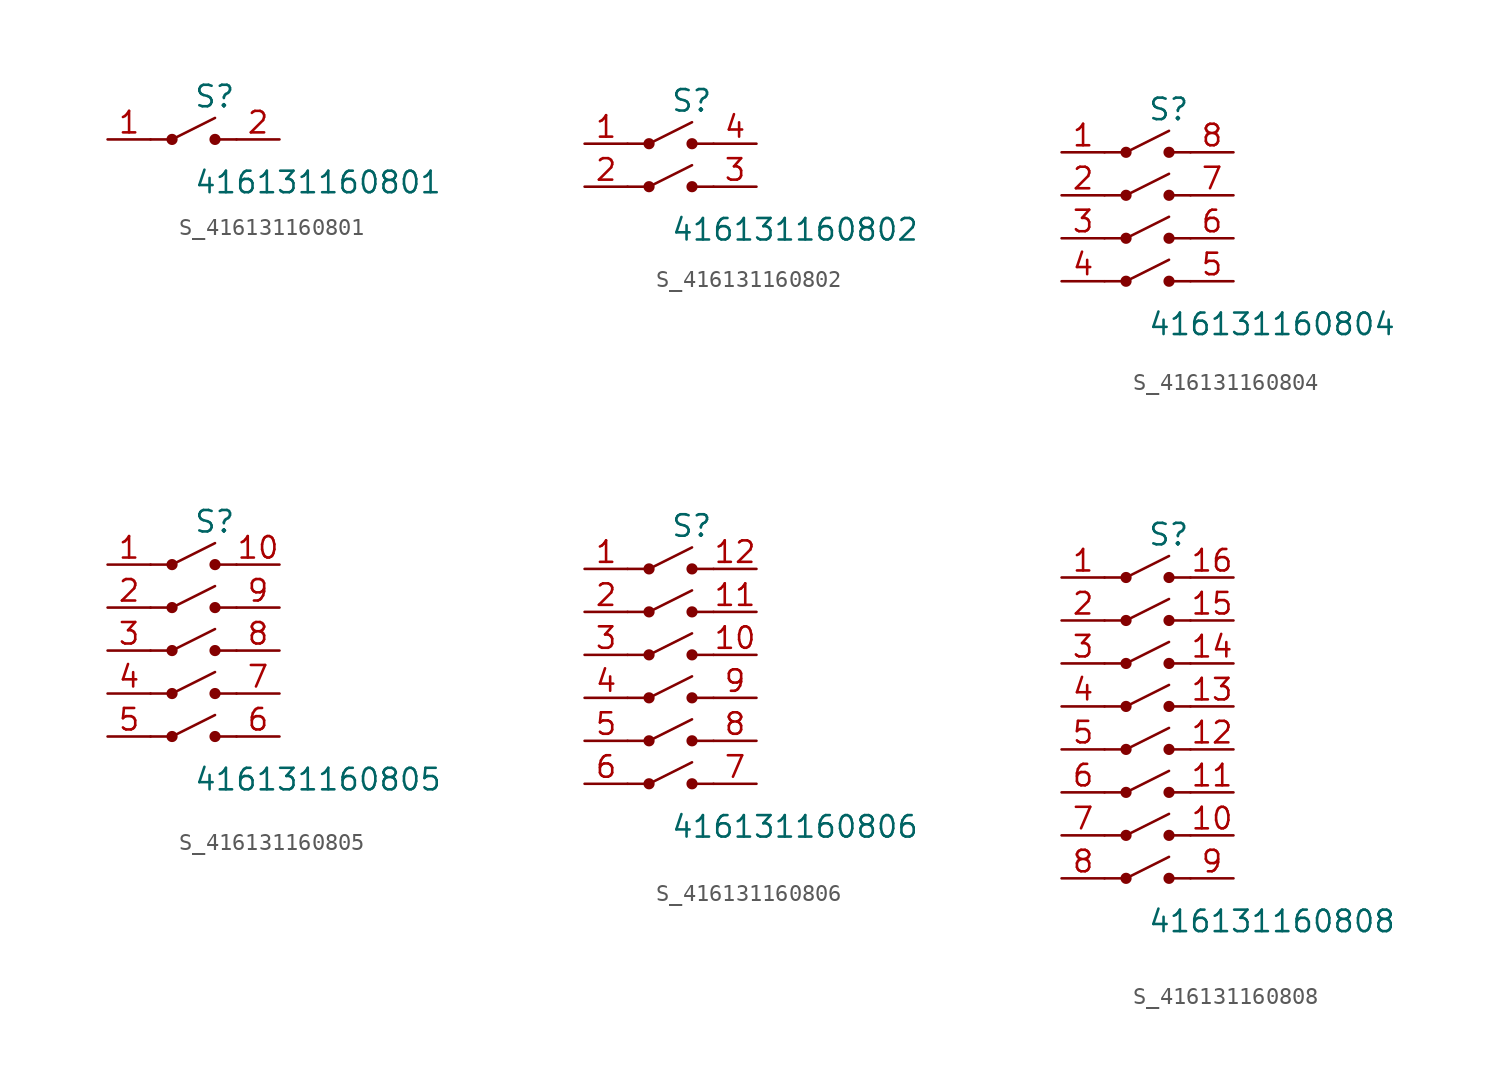
<source format=kicad_sym>
(kicad_symbol_lib
  (version 20231120)
  (generator kicad_symbol_editor)
  (generator_version 8.0)
  (symbol "S_416131160801"
    (pin_names
      (offset 0.254))
    (property "Reference" "S"
      (at 0.0 2.54 0)
      (effects (font (size 1.27 1.27)) (justify left)))
    (property "Value" "416131160801"
      (at 0.0 -2.54 0)
      (effects (font (size 1.27 1.27)) (justify left)))
    (symbol "S_416131160801_0_0"
      (pin unspecified line (at -5.08 0.0 0) (length 2.54) (name "" (effects (font (size 1.27 1.27)))) (number "1" (effects (font (size 1.27 1.27)))))
      (pin unspecified line (at 5.08 0.0 180) (length 2.54) (name "" (effects (font (size 1.27 1.27)))) (number "2" (effects (font (size 1.27 1.27)))))
      (polyline (pts (xy -2.54 0.0) (xy -1.27 0.0) (xy 1.27 1.27)) (stroke (width 0) (type default)) (fill (type none)))
      (circle (center -1.27 0.0) (radius 0.254) (stroke (width 0) (type solid)) (fill (type outline)))
      (circle (center 1.27 0.0) (radius 0.254) (stroke (width 0) (type solid)) (fill (type outline)))
      (polyline (pts (xy 2.54 0.0) (xy 1.27 0.0)) (stroke (width 0) (type default)) (fill (type none))))
    (symbol "S_416131160801_1_0"))
  (symbol "S_416131160802"
    (pin_names
      (offset 0.254))
    (property "Reference" "S"
      (at 0.0 3.81 0)
      (effects (font (size 1.27 1.27)) (justify left)))
    (property "Value" "416131160802"
      (at 0.0 -3.81 0)
      (effects (font (size 1.27 1.27)) (justify left)))
    (symbol "S_416131160802_0_0"
      (pin unspecified line (at -5.08 1.27 0) (length 2.54) (name "" (effects (font (size 1.27 1.27)))) (number "1" (effects (font (size 1.27 1.27)))))
      (pin unspecified line (at -5.08 -1.27 0) (length 2.54) (name "" (effects (font (size 1.27 1.27)))) (number "2" (effects (font (size 1.27 1.27)))))
      (pin unspecified line (at 5.08 1.27 180) (length 2.54) (name "" (effects (font (size 1.27 1.27)))) (number "4" (effects (font (size 1.27 1.27)))))
      (pin unspecified line (at 5.08 -1.27 180) (length 2.54) (name "" (effects (font (size 1.27 1.27)))) (number "3" (effects (font (size 1.27 1.27)))))
      (polyline (pts (xy -2.54 1.27) (xy -1.27 1.27) (xy 1.27 2.54)) (stroke (width 0) (type default)) (fill (type none)))
      (circle (center -1.27 1.27) (radius 0.254) (stroke (width 0) (type solid)) (fill (type outline)))
      (circle (center 1.27 1.27) (radius 0.254) (stroke (width 0) (type solid)) (fill (type outline)))
      (polyline (pts (xy 2.54 1.27) (xy 1.27 1.27)) (stroke (width 0) (type default)) (fill (type none)))
      (polyline (pts (xy -2.54 -1.27) (xy -1.27 -1.27) (xy 1.27 0.0)) (stroke (width 0) (type default)) (fill (type none)))
      (circle (center -1.27 -1.27) (radius 0.254) (stroke (width 0) (type solid)) (fill (type outline)))
      (circle (center 1.27 -1.27) (radius 0.254) (stroke (width 0) (type solid)) (fill (type outline)))
      (polyline (pts (xy 2.54 -1.27) (xy 1.27 -1.27)) (stroke (width 0) (type default)) (fill (type none))))
    (symbol "S_416131160802_1_0"))
  (symbol "S_416131160804"
    (pin_names
      (offset 0.254))
    (property "Reference" "S"
      (at 0.0 6.35 0)
      (effects (font (size 1.27 1.27)) (justify left)))
    (property "Value" "416131160804"
      (at 0.0 -6.35 0)
      (effects (font (size 1.27 1.27)) (justify left)))
    (symbol "S_416131160804_0_0"
      (pin unspecified line (at -5.08 3.81 0) (length 2.54) (name "" (effects (font (size 1.27 1.27)))) (number "1" (effects (font (size 1.27 1.27)))))
      (pin unspecified line (at -5.08 1.27 0) (length 2.54) (name "" (effects (font (size 1.27 1.27)))) (number "2" (effects (font (size 1.27 1.27)))))
      (pin unspecified line (at -5.08 -1.27 0) (length 2.54) (name "" (effects (font (size 1.27 1.27)))) (number "3" (effects (font (size 1.27 1.27)))))
      (pin unspecified line (at -5.08 -3.81 0) (length 2.54) (name "" (effects (font (size 1.27 1.27)))) (number "4" (effects (font (size 1.27 1.27)))))
      (pin unspecified line (at 5.08 3.81 180) (length 2.54) (name "" (effects (font (size 1.27 1.27)))) (number "8" (effects (font (size 1.27 1.27)))))
      (pin unspecified line (at 5.08 1.27 180) (length 2.54) (name "" (effects (font (size 1.27 1.27)))) (number "7" (effects (font (size 1.27 1.27)))))
      (pin unspecified line (at 5.08 -1.27 180) (length 2.54) (name "" (effects (font (size 1.27 1.27)))) (number "6" (effects (font (size 1.27 1.27)))))
      (pin unspecified line (at 5.08 -3.81 180) (length 2.54) (name "" (effects (font (size 1.27 1.27)))) (number "5" (effects (font (size 1.27 1.27)))))
      (polyline (pts (xy -2.54 3.81) (xy -1.27 3.81) (xy 1.27 5.08)) (stroke (width 0) (type default)) (fill (type none)))
      (circle (center -1.27 3.81) (radius 0.254) (stroke (width 0) (type solid)) (fill (type outline)))
      (circle (center 1.27 3.81) (radius 0.254) (stroke (width 0) (type solid)) (fill (type outline)))
      (polyline (pts (xy 2.54 3.81) (xy 1.27 3.81)) (stroke (width 0) (type default)) (fill (type none)))
      (polyline (pts (xy -2.54 1.27) (xy -1.27 1.27) (xy 1.27 2.54)) (stroke (width 0) (type default)) (fill (type none)))
      (circle (center -1.27 1.27) (radius 0.254) (stroke (width 0) (type solid)) (fill (type outline)))
      (circle (center 1.27 1.27) (radius 0.254) (stroke (width 0) (type solid)) (fill (type outline)))
      (polyline (pts (xy 2.54 1.27) (xy 1.27 1.27)) (stroke (width 0) (type default)) (fill (type none)))
      (polyline (pts (xy -2.54 -1.27) (xy -1.27 -1.27) (xy 1.27 0.0)) (stroke (width 0) (type default)) (fill (type none)))
      (circle (center -1.27 -1.27) (radius 0.254) (stroke (width 0) (type solid)) (fill (type outline)))
      (circle (center 1.27 -1.27) (radius 0.254) (stroke (width 0) (type solid)) (fill (type outline)))
      (polyline (pts (xy 2.54 -1.27) (xy 1.27 -1.27)) (stroke (width 0) (type default)) (fill (type none)))
      (polyline (pts (xy -2.54 -3.81) (xy -1.27 -3.81) (xy 1.27 -2.54)) (stroke (width 0) (type default)) (fill (type none)))
      (circle (center -1.27 -3.81) (radius 0.254) (stroke (width 0) (type solid)) (fill (type outline)))
      (circle (center 1.27 -3.81) (radius 0.254) (stroke (width 0) (type solid)) (fill (type outline)))
      (polyline (pts (xy 2.54 -3.81) (xy 1.27 -3.81)) (stroke (width 0) (type default)) (fill (type none))))
    (symbol "S_416131160804_1_0"))
  (symbol "S_416131160805"
    (pin_names
      (offset 0.254))
    (property "Reference" "S"
      (at 0.0 7.62 0)
      (effects (font (size 1.27 1.27)) (justify left)))
    (property "Value" "416131160805"
      (at 0.0 -7.62 0)
      (effects (font (size 1.27 1.27)) (justify left)))
    (symbol "S_416131160805_0_0"
      (pin unspecified line (at -5.08 5.08 0) (length 2.54) (name "" (effects (font (size 1.27 1.27)))) (number "1" (effects (font (size 1.27 1.27)))))
      (pin unspecified line (at -5.08 2.54 0) (length 2.54) (name "" (effects (font (size 1.27 1.27)))) (number "2" (effects (font (size 1.27 1.27)))))
      (pin unspecified line (at -5.08 0.0 0) (length 2.54) (name "" (effects (font (size 1.27 1.27)))) (number "3" (effects (font (size 1.27 1.27)))))
      (pin unspecified line (at -5.08 -2.54 0) (length 2.54) (name "" (effects (font (size 1.27 1.27)))) (number "4" (effects (font (size 1.27 1.27)))))
      (pin unspecified line (at -5.08 -5.08 0) (length 2.54) (name "" (effects (font (size 1.27 1.27)))) (number "5" (effects (font (size 1.27 1.27)))))
      (pin unspecified line (at 5.08 5.08 180) (length 2.54) (name "" (effects (font (size 1.27 1.27)))) (number "10" (effects (font (size 1.27 1.27)))))
      (pin unspecified line (at 5.08 2.54 180) (length 2.54) (name "" (effects (font (size 1.27 1.27)))) (number "9" (effects (font (size 1.27 1.27)))))
      (pin unspecified line (at 5.08 0.0 180) (length 2.54) (name "" (effects (font (size 1.27 1.27)))) (number "8" (effects (font (size 1.27 1.27)))))
      (pin unspecified line (at 5.08 -2.54 180) (length 2.54) (name "" (effects (font (size 1.27 1.27)))) (number "7" (effects (font (size 1.27 1.27)))))
      (pin unspecified line (at 5.08 -5.08 180) (length 2.54) (name "" (effects (font (size 1.27 1.27)))) (number "6" (effects (font (size 1.27 1.27)))))
      (polyline (pts (xy -2.54 5.08) (xy -1.27 5.08) (xy 1.27 6.35)) (stroke (width 0) (type default)) (fill (type none)))
      (circle (center -1.27 5.08) (radius 0.254) (stroke (width 0) (type solid)) (fill (type outline)))
      (circle (center 1.27 5.08) (radius 0.254) (stroke (width 0) (type solid)) (fill (type outline)))
      (polyline (pts (xy 2.54 5.08) (xy 1.27 5.08)) (stroke (width 0) (type default)) (fill (type none)))
      (polyline (pts (xy -2.54 2.54) (xy -1.27 2.54) (xy 1.27 3.81)) (stroke (width 0) (type default)) (fill (type none)))
      (circle (center -1.27 2.54) (radius 0.254) (stroke (width 0) (type solid)) (fill (type outline)))
      (circle (center 1.27 2.54) (radius 0.254) (stroke (width 0) (type solid)) (fill (type outline)))
      (polyline (pts (xy 2.54 2.54) (xy 1.27 2.54)) (stroke (width 0) (type default)) (fill (type none)))
      (polyline (pts (xy -2.54 0.0) (xy -1.27 0.0) (xy 1.27 1.27)) (stroke (width 0) (type default)) (fill (type none)))
      (circle (center -1.27 0.0) (radius 0.254) (stroke (width 0) (type solid)) (fill (type outline)))
      (circle (center 1.27 0.0) (radius 0.254) (stroke (width 0) (type solid)) (fill (type outline)))
      (polyline (pts (xy 2.54 0.0) (xy 1.27 0.0)) (stroke (width 0) (type default)) (fill (type none)))
      (polyline (pts (xy -2.54 -2.54) (xy -1.27 -2.54) (xy 1.27 -1.27)) (stroke (width 0) (type default)) (fill (type none)))
      (circle (center -1.27 -2.54) (radius 0.254) (stroke (width 0) (type solid)) (fill (type outline)))
      (circle (center 1.27 -2.54) (radius 0.254) (stroke (width 0) (type solid)) (fill (type outline)))
      (polyline (pts (xy 2.54 -2.54) (xy 1.27 -2.54)) (stroke (width 0) (type default)) (fill (type none)))
      (polyline (pts (xy -2.54 -5.08) (xy -1.27 -5.08) (xy 1.27 -3.81)) (stroke (width 0) (type default)) (fill (type none)))
      (circle (center -1.27 -5.08) (radius 0.254) (stroke (width 0) (type solid)) (fill (type outline)))
      (circle (center 1.27 -5.08) (radius 0.254) (stroke (width 0) (type solid)) (fill (type outline)))
      (polyline (pts (xy 2.54 -5.08) (xy 1.27 -5.08)) (stroke (width 0) (type default)) (fill (type none))))
    (symbol "S_416131160805_1_0"))
  (symbol "S_416131160806"
    (pin_names
      (offset 0.254))
    (property "Reference" "S"
      (at 0.0 8.89 0)
      (effects (font (size 1.27 1.27)) (justify left)))
    (property "Value" "416131160806"
      (at 0.0 -8.89 0)
      (effects (font (size 1.27 1.27)) (justify left)))
    (symbol "S_416131160806_0_0"
      (pin unspecified line (at -5.08 6.35 0) (length 2.54) (name "" (effects (font (size 1.27 1.27)))) (number "1" (effects (font (size 1.27 1.27)))))
      (pin unspecified line (at -5.08 3.81 0) (length 2.54) (name "" (effects (font (size 1.27 1.27)))) (number "2" (effects (font (size 1.27 1.27)))))
      (pin unspecified line (at -5.08 1.27 0) (length 2.54) (name "" (effects (font (size 1.27 1.27)))) (number "3" (effects (font (size 1.27 1.27)))))
      (pin unspecified line (at -5.08 -1.27 0) (length 2.54) (name "" (effects (font (size 1.27 1.27)))) (number "4" (effects (font (size 1.27 1.27)))))
      (pin unspecified line (at -5.08 -3.81 0) (length 2.54) (name "" (effects (font (size 1.27 1.27)))) (number "5" (effects (font (size 1.27 1.27)))))
      (pin unspecified line (at -5.08 -6.35 0) (length 2.54) (name "" (effects (font (size 1.27 1.27)))) (number "6" (effects (font (size 1.27 1.27)))))
      (pin unspecified line (at 5.08 6.35 180) (length 2.54) (name "" (effects (font (size 1.27 1.27)))) (number "12" (effects (font (size 1.27 1.27)))))
      (pin unspecified line (at 5.08 3.81 180) (length 2.54) (name "" (effects (font (size 1.27 1.27)))) (number "11" (effects (font (size 1.27 1.27)))))
      (pin unspecified line (at 5.08 1.27 180) (length 2.54) (name "" (effects (font (size 1.27 1.27)))) (number "10" (effects (font (size 1.27 1.27)))))
      (pin unspecified line (at 5.08 -1.27 180) (length 2.54) (name "" (effects (font (size 1.27 1.27)))) (number "9" (effects (font (size 1.27 1.27)))))
      (pin unspecified line (at 5.08 -3.81 180) (length 2.54) (name "" (effects (font (size 1.27 1.27)))) (number "8" (effects (font (size 1.27 1.27)))))
      (pin unspecified line (at 5.08 -6.35 180) (length 2.54) (name "" (effects (font (size 1.27 1.27)))) (number "7" (effects (font (size 1.27 1.27)))))
      (polyline (pts (xy -2.54 6.35) (xy -1.27 6.35) (xy 1.27 7.62)) (stroke (width 0) (type default)) (fill (type none)))
      (circle (center -1.27 6.35) (radius 0.254) (stroke (width 0) (type solid)) (fill (type outline)))
      (circle (center 1.27 6.35) (radius 0.254) (stroke (width 0) (type solid)) (fill (type outline)))
      (polyline (pts (xy 2.54 6.35) (xy 1.27 6.35)) (stroke (width 0) (type default)) (fill (type none)))
      (polyline (pts (xy -2.54 3.81) (xy -1.27 3.81) (xy 1.27 5.08)) (stroke (width 0) (type default)) (fill (type none)))
      (circle (center -1.27 3.81) (radius 0.254) (stroke (width 0) (type solid)) (fill (type outline)))
      (circle (center 1.27 3.81) (radius 0.254) (stroke (width 0) (type solid)) (fill (type outline)))
      (polyline (pts (xy 2.54 3.81) (xy 1.27 3.81)) (stroke (width 0) (type default)) (fill (type none)))
      (polyline (pts (xy -2.54 1.27) (xy -1.27 1.27) (xy 1.27 2.54)) (stroke (width 0) (type default)) (fill (type none)))
      (circle (center -1.27 1.27) (radius 0.254) (stroke (width 0) (type solid)) (fill (type outline)))
      (circle (center 1.27 1.27) (radius 0.254) (stroke (width 0) (type solid)) (fill (type outline)))
      (polyline (pts (xy 2.54 1.27) (xy 1.27 1.27)) (stroke (width 0) (type default)) (fill (type none)))
      (polyline (pts (xy -2.54 -1.27) (xy -1.27 -1.27) (xy 1.27 -4.440892098500626e-16)) (stroke (width 0) (type default)) (fill (type none)))
      (circle (center -1.27 -1.27) (radius 0.254) (stroke (width 0) (type solid)) (fill (type outline)))
      (circle (center 1.27 -1.27) (radius 0.254) (stroke (width 0) (type solid)) (fill (type outline)))
      (polyline (pts (xy 2.54 -1.27) (xy 1.27 -1.27)) (stroke (width 0) (type default)) (fill (type none)))
      (polyline (pts (xy -2.54 -3.81) (xy -1.27 -3.81) (xy 1.27 -2.54)) (stroke (width 0) (type default)) (fill (type none)))
      (circle (center -1.27 -3.81) (radius 0.254) (stroke (width 0) (type solid)) (fill (type outline)))
      (circle (center 1.27 -3.81) (radius 0.254) (stroke (width 0) (type solid)) (fill (type outline)))
      (polyline (pts (xy 2.54 -3.81) (xy 1.27 -3.81)) (stroke (width 0) (type default)) (fill (type none)))
      (polyline (pts (xy -2.54 -6.35) (xy -1.27 -6.35) (xy 1.27 -5.08)) (stroke (width 0) (type default)) (fill (type none)))
      (circle (center -1.27 -6.35) (radius 0.254) (stroke (width 0) (type solid)) (fill (type outline)))
      (circle (center 1.27 -6.35) (radius 0.254) (stroke (width 0) (type solid)) (fill (type outline)))
      (polyline (pts (xy 2.54 -6.35) (xy 1.27 -6.35)) (stroke (width 0) (type default)) (fill (type none))))
    (symbol "S_416131160806_1_0"))
  (symbol "S_416131160808"
    (pin_names
      (offset 0.254))
    (property "Reference" "S"
      (at 0.0 11.43 0)
      (effects (font (size 1.27 1.27)) (justify left)))
    (property "Value" "416131160808"
      (at 0.0 -11.43 0)
      (effects (font (size 1.27 1.27)) (justify left)))
    (symbol "S_416131160808_0_0"
      (pin unspecified line (at -5.08 8.89 0) (length 2.54) (name "" (effects (font (size 1.27 1.27)))) (number "1" (effects (font (size 1.27 1.27)))))
      (pin unspecified line (at -5.08 6.35 0) (length 2.54) (name "" (effects (font (size 1.27 1.27)))) (number "2" (effects (font (size 1.27 1.27)))))
      (pin unspecified line (at -5.08 3.81 0) (length 2.54) (name "" (effects (font (size 1.27 1.27)))) (number "3" (effects (font (size 1.27 1.27)))))
      (pin unspecified line (at -5.08 1.27 0) (length 2.54) (name "" (effects (font (size 1.27 1.27)))) (number "4" (effects (font (size 1.27 1.27)))))
      (pin unspecified line (at -5.08 -1.27 0) (length 2.54) (name "" (effects (font (size 1.27 1.27)))) (number "5" (effects (font (size 1.27 1.27)))))
      (pin unspecified line (at -5.08 -3.81 0) (length 2.54) (name "" (effects (font (size 1.27 1.27)))) (number "6" (effects (font (size 1.27 1.27)))))
      (pin unspecified line (at -5.08 -6.35 0) (length 2.54) (name "" (effects (font (size 1.27 1.27)))) (number "7" (effects (font (size 1.27 1.27)))))
      (pin unspecified line (at -5.08 -8.89 0) (length 2.54) (name "" (effects (font (size 1.27 1.27)))) (number "8" (effects (font (size 1.27 1.27)))))
      (pin unspecified line (at 5.08 8.89 180) (length 2.54) (name "" (effects (font (size 1.27 1.27)))) (number "16" (effects (font (size 1.27 1.27)))))
      (pin unspecified line (at 5.08 6.35 180) (length 2.54) (name "" (effects (font (size 1.27 1.27)))) (number "15" (effects (font (size 1.27 1.27)))))
      (pin unspecified line (at 5.08 3.81 180) (length 2.54) (name "" (effects (font (size 1.27 1.27)))) (number "14" (effects (font (size 1.27 1.27)))))
      (pin unspecified line (at 5.08 1.27 180) (length 2.54) (name "" (effects (font (size 1.27 1.27)))) (number "13" (effects (font (size 1.27 1.27)))))
      (pin unspecified line (at 5.08 -1.27 180) (length 2.54) (name "" (effects (font (size 1.27 1.27)))) (number "12" (effects (font (size 1.27 1.27)))))
      (pin unspecified line (at 5.08 -3.81 180) (length 2.54) (name "" (effects (font (size 1.27 1.27)))) (number "11" (effects (font (size 1.27 1.27)))))
      (pin unspecified line (at 5.08 -6.35 180) (length 2.54) (name "" (effects (font (size 1.27 1.27)))) (number "10" (effects (font (size 1.27 1.27)))))
      (pin unspecified line (at 5.08 -8.89 180) (length 2.54) (name "" (effects (font (size 1.27 1.27)))) (number "9" (effects (font (size 1.27 1.27)))))
      (polyline (pts (xy -2.54 8.89) (xy -1.27 8.89) (xy 1.27 10.16)) (stroke (width 0) (type default)) (fill (type none)))
      (circle (center -1.27 8.89) (radius 0.254) (stroke (width 0) (type solid)) (fill (type outline)))
      (circle (center 1.27 8.89) (radius 0.254) (stroke (width 0) (type solid)) (fill (type outline)))
      (polyline (pts (xy 2.54 8.89) (xy 1.27 8.89)) (stroke (width 0) (type default)) (fill (type none)))
      (polyline (pts (xy -2.54 6.35) (xy -1.27 6.35) (xy 1.27 7.62)) (stroke (width 0) (type default)) (fill (type none)))
      (circle (center -1.27 6.35) (radius 0.254) (stroke (width 0) (type solid)) (fill (type outline)))
      (circle (center 1.27 6.35) (radius 0.254) (stroke (width 0) (type solid)) (fill (type outline)))
      (polyline (pts (xy 2.54 6.35) (xy 1.27 6.35)) (stroke (width 0) (type default)) (fill (type none)))
      (polyline (pts (xy -2.54 3.81) (xy -1.27 3.81) (xy 1.27 5.08)) (stroke (width 0) (type default)) (fill (type none)))
      (circle (center -1.27 3.81) (radius 0.254) (stroke (width 0) (type solid)) (fill (type outline)))
      (circle (center 1.27 3.81) (radius 0.254) (stroke (width 0) (type solid)) (fill (type outline)))
      (polyline (pts (xy 2.54 3.81) (xy 1.27 3.81)) (stroke (width 0) (type default)) (fill (type none)))
      (polyline (pts (xy -2.54 1.27) (xy -1.27 1.27) (xy 1.27 2.54)) (stroke (width 0) (type default)) (fill (type none)))
      (circle (center -1.27 1.27) (radius 0.254) (stroke (width 0) (type solid)) (fill (type outline)))
      (circle (center 1.27 1.27) (radius 0.254) (stroke (width 0) (type solid)) (fill (type outline)))
      (polyline (pts (xy 2.54 1.27) (xy 1.27 1.27)) (stroke (width 0) (type default)) (fill (type none)))
      (polyline (pts (xy -2.54 -1.27) (xy -1.27 -1.27) (xy 1.27 4.440892098500626e-16)) (stroke (width 0) (type default)) (fill (type none)))
      (circle (center -1.27 -1.27) (radius 0.254) (stroke (width 0) (type solid)) (fill (type outline)))
      (circle (center 1.27 -1.27) (radius 0.254) (stroke (width 0) (type solid)) (fill (type outline)))
      (polyline (pts (xy 2.54 -1.27) (xy 1.27 -1.27)) (stroke (width 0) (type default)) (fill (type none)))
      (polyline (pts (xy -2.54 -3.81) (xy -1.27 -3.81) (xy 1.27 -2.54)) (stroke (width 0) (type default)) (fill (type none)))
      (circle (center -1.27 -3.81) (radius 0.254) (stroke (width 0) (type solid)) (fill (type outline)))
      (circle (center 1.27 -3.81) (radius 0.254) (stroke (width 0) (type solid)) (fill (type outline)))
      (polyline (pts (xy 2.54 -3.81) (xy 1.27 -3.81)) (stroke (width 0) (type default)) (fill (type none)))
      (polyline (pts (xy -2.54 -6.35) (xy -1.27 -6.35) (xy 1.27 -5.08)) (stroke (width 0) (type default)) (fill (type none)))
      (circle (center -1.27 -6.35) (radius 0.254) (stroke (width 0) (type solid)) (fill (type outline)))
      (circle (center 1.27 -6.35) (radius 0.254) (stroke (width 0) (type solid)) (fill (type outline)))
      (polyline (pts (xy 2.54 -6.35) (xy 1.27 -6.35)) (stroke (width 0) (type default)) (fill (type none)))
      (polyline (pts (xy -2.54 -8.89) (xy -1.27 -8.89) (xy 1.27 -7.62)) (stroke (width 0) (type default)) (fill (type none)))
      (circle (center -1.27 -8.89) (radius 0.254) (stroke (width 0) (type solid)) (fill (type outline)))
      (circle (center 1.27 -8.89) (radius 0.254) (stroke (width 0) (type solid)) (fill (type outline)))
      (polyline (pts (xy 2.54 -8.89) (xy 1.27 -8.89)) (stroke (width 0) (type default)) (fill (type none))))
    (symbol "S_416131160808_1_0")))
</source>
